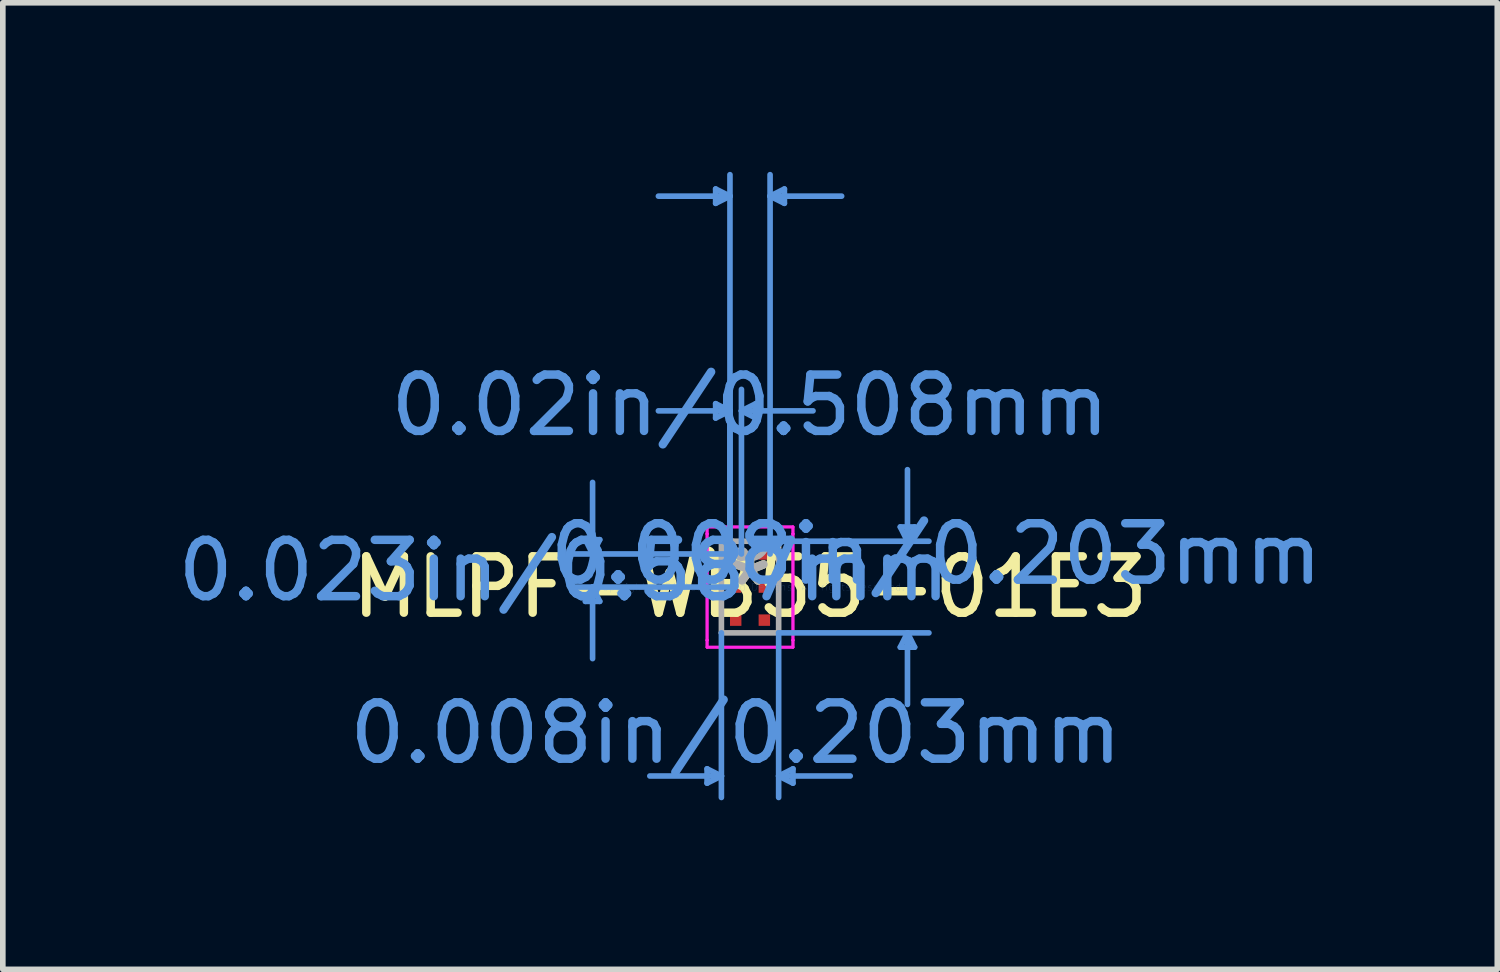
<source format=kicad_pcb>
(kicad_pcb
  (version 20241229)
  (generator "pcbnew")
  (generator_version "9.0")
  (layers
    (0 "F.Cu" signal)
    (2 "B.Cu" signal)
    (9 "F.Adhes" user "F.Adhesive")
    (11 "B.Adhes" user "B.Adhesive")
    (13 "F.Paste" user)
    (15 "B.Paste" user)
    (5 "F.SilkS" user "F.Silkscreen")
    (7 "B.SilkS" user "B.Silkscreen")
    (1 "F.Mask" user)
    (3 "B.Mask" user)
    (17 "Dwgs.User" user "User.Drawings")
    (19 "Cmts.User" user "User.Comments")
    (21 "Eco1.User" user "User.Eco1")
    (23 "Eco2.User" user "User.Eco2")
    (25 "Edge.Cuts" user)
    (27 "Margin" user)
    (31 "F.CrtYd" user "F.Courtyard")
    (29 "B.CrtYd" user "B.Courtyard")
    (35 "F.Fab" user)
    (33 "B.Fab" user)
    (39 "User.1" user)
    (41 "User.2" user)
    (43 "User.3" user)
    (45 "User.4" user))
  (footprint "MLPF-WB55-01E3"
    (layer "F.Cu")
    (at 10.26 7.368)
    (property "Reference" "MLPF-WB55-01E3" (at 0 0 0) (layer "F.SilkS") (effects (font (size 1 1) (thickness 0.15))))
    (attr through_hole)
    (fp_arc (start -0.68834 -0.543209) (mid -0.8269 -0.587) (end -0.68834 -0.630791) (stroke (width 0.12) (type solid)) (layer "F.SilkS"))
    (fp_line (start -2.921 -0.841) (end -2.667 -0.841) (stroke (width 0.1) (type solid)) (layer "Cmts.User"))
    (fp_line (start -2.921 0.254) (end -2.667 0.254) (stroke (width 0.1) (type solid)) (layer "Cmts.User"))
    (fp_line (start -2.794 -0.587) (end -2.921 -0.841) (stroke (width 0.1) (type solid)) (layer "Cmts.User"))
    (fp_line (start -2.794 -0.587) (end -2.794 -1.857) (stroke (width 0.1) (type solid)) (layer "Cmts.User"))
    (fp_line (start -2.794 -0.587) (end -2.667 -0.841) (stroke (width 0.1) (type solid)) (layer "Cmts.User"))
    (fp_line (start -2.794 0) (end -2.921 0.254) (stroke (width 0.1) (type solid)) (layer "Cmts.User"))
    (fp_line (start -2.794 0) (end -2.794 1.27) (stroke (width 0.1) (type solid)) (layer "Cmts.User"))
    (fp_line (start -2.794 0) (end -2.667 0.254) (stroke (width 0.1) (type solid)) (layer "Cmts.User"))
    (fp_line (start -0.762 3.226) (end -0.762 3.48) (stroke (width 0.1) (type solid)) (layer "Cmts.User"))
    (fp_line (start -0.61 -7.064) (end -0.61 -6.81) (stroke (width 0.1) (type solid)) (layer "Cmts.User"))
    (fp_line (start -0.61 -3.254) (end -0.61 -3) (stroke (width 0.1) (type solid)) (layer "Cmts.User"))
    (fp_line (start -0.508 0.813) (end -0.508 3.734) (stroke (width 0.1) (type solid)) (layer "Cmts.User"))
    (fp_line (start -0.508 3.353) (end -1.778 3.353) (stroke (width 0.1) (type solid)) (layer "Cmts.User"))
    (fp_line (start -0.508 3.353) (end -0.762 3.226) (stroke (width 0.1) (type solid)) (layer "Cmts.User"))
    (fp_line (start -0.508 3.353) (end -0.762 3.48) (stroke (width 0.1) (type solid)) (layer "Cmts.User"))
    (fp_line (start -0.356 -6.937) (end -1.626 -6.937) (stroke (width 0.1) (type solid)) (layer "Cmts.User"))
    (fp_line (start -0.356 -6.937) (end -0.61 -7.064) (stroke (width 0.1) (type solid)) (layer "Cmts.User"))
    (fp_line (start -0.356 -6.937) (end -0.61 -6.81) (stroke (width 0.1) (type solid)) (layer "Cmts.User"))
    (fp_line (start -0.356 -3.127) (end -1.626 -3.127) (stroke (width 0.1) (type solid)) (layer "Cmts.User"))
    (fp_line (start -0.356 -3.127) (end -0.61 -3.254) (stroke (width 0.1) (type solid)) (layer "Cmts.User"))
    (fp_line (start -0.356 -3.127) (end -0.61 -3) (stroke (width 0.1) (type solid)) (layer "Cmts.User"))
    (fp_line (start -0.356 -0.587) (end -0.356 -7.318) (stroke (width 0.1) (type solid)) (layer "Cmts.User"))
    (fp_line (start -0.356 -0.587) (end -0.356 -3.508) (stroke (width 0.1) (type solid)) (layer "Cmts.User"))
    (fp_line (start -0.254 -0.587) (end -3.175 -0.587) (stroke (width 0.1) (type solid)) (layer "Cmts.User"))
    (fp_line (start -0.254 0) (end -3.175 0) (stroke (width 0.1) (type solid)) (layer "Cmts.User"))
    (fp_line (start -0.152 -3.127) (end 0.102 -3.254) (stroke (width 0.1) (type solid)) (layer "Cmts.User"))
    (fp_line (start -0.152 -3.127) (end 0.102 -3) (stroke (width 0.1) (type solid)) (layer "Cmts.User"))
    (fp_line (start -0.152 -3.127) (end 1.118 -3.127) (stroke (width 0.1) (type solid)) (layer "Cmts.User"))
    (fp_line (start -0.152 -0.587) (end -0.152 -3.508) (stroke (width 0.1) (type solid)) (layer "Cmts.User"))
    (fp_line (start 0.102 -3.254) (end 0.102 -3) (stroke (width 0.1) (type solid)) (layer "Cmts.User"))
    (fp_line (start 0.356 -6.937) (end 0.61 -7.064) (stroke (width 0.1) (type solid)) (layer "Cmts.User"))
    (fp_line (start 0.356 -6.937) (end 0.61 -6.81) (stroke (width 0.1) (type solid)) (layer "Cmts.User"))
    (fp_line (start 0.356 -6.937) (end 1.626 -6.937) (stroke (width 0.1) (type solid)) (layer "Cmts.User"))
    (fp_line (start 0.356 -0.587) (end 0.356 -7.318) (stroke (width 0.1) (type solid)) (layer "Cmts.User"))
    (fp_line (start 0.508 -0.813) (end 3.175 -0.813) (stroke (width 0.1) (type solid)) (layer "Cmts.User"))
    (fp_line (start 0.508 0.813) (end 0.508 3.734) (stroke (width 0.1) (type solid)) (layer "Cmts.User"))
    (fp_line (start 0.508 0.813) (end 3.175 0.813) (stroke (width 0.1) (type solid)) (layer "Cmts.User"))
    (fp_line (start 0.508 3.353) (end 0.762 3.226) (stroke (width 0.1) (type solid)) (layer "Cmts.User"))
    (fp_line (start 0.508 3.353) (end 0.762 3.48) (stroke (width 0.1) (type solid)) (layer "Cmts.User"))
    (fp_line (start 0.508 3.353) (end 1.778 3.353) (stroke (width 0.1) (type solid)) (layer "Cmts.User"))
    (fp_line (start 0.61 -7.064) (end 0.61 -6.81) (stroke (width 0.1) (type solid)) (layer "Cmts.User"))
    (fp_line (start 0.762 3.226) (end 0.762 3.48) (stroke (width 0.1) (type solid)) (layer "Cmts.User"))
    (fp_line (start 2.667 -1.067) (end 2.921 -1.067) (stroke (width 0.1) (type solid)) (layer "Cmts.User"))
    (fp_line (start 2.667 1.067) (end 2.921 1.067) (stroke (width 0.1) (type solid)) (layer "Cmts.User"))
    (fp_line (start 2.794 -0.813) (end 2.667 -1.067) (stroke (width 0.1) (type solid)) (layer "Cmts.User"))
    (fp_line (start 2.794 -0.813) (end 2.794 -2.083) (stroke (width 0.1) (type solid)) (layer "Cmts.User"))
    (fp_line (start 2.794 -0.813) (end 2.921 -1.067) (stroke (width 0.1) (type solid)) (layer "Cmts.User"))
    (fp_line (start 2.794 0.813) (end 2.667 1.067) (stroke (width 0.1) (type solid)) (layer "Cmts.User"))
    (fp_line (start 2.794 0.813) (end 2.794 2.083) (stroke (width 0.1) (type solid)) (layer "Cmts.User"))
    (fp_line (start 2.794 0.813) (end 2.921 1.067) (stroke (width 0.1) (type solid)) (layer "Cmts.User"))
    (fp_line (start -0.762 -1.067) (end 0.762 -1.067) (stroke (width 0.05) (type solid)) (layer "F.CrtYd"))
    (fp_line (start -0.762 -1.067) (end 0.762 -1.067) (stroke (width 0.05) (type solid)) (layer "F.CrtYd"))
    (fp_line (start -0.762 -0.943) (end -0.762 -1.067) (stroke (width 0.05) (type solid)) (layer "F.CrtYd"))
    (fp_line (start -0.762 -0.943) (end -0.762 -1.067) (stroke (width 0.05) (type solid)) (layer "F.CrtYd"))
    (fp_line (start -0.762 -0.943) (end -0.762 -0.943) (stroke (width 0.05) (type solid)) (layer "F.CrtYd"))
    (fp_line (start -0.762 -0.943) (end -0.762 -0.943) (stroke (width 0.05) (type solid)) (layer "F.CrtYd"))
    (fp_line (start -0.762 0.943) (end -0.762 -0.943) (stroke (width 0.05) (type solid)) (layer "F.CrtYd"))
    (fp_line (start -0.762 0.943) (end -0.762 -0.943) (stroke (width 0.05) (type solid)) (layer "F.CrtYd"))
    (fp_line (start -0.762 0.943) (end -0.762 0.943) (stroke (width 0.05) (type solid)) (layer "F.CrtYd"))
    (fp_line (start -0.762 0.943) (end -0.762 0.943) (stroke (width 0.05) (type solid)) (layer "F.CrtYd"))
    (fp_line (start -0.762 1.067) (end -0.762 0.943) (stroke (width 0.05) (type solid)) (layer "F.CrtYd"))
    (fp_line (start -0.762 1.067) (end -0.762 0.943) (stroke (width 0.05) (type solid)) (layer "F.CrtYd"))
    (fp_line (start 0.762 -1.067) (end 0.762 -0.943) (stroke (width 0.05) (type solid)) (layer "F.CrtYd"))
    (fp_line (start 0.762 -1.067) (end 0.762 -0.943) (stroke (width 0.05) (type solid)) (layer "F.CrtYd"))
    (fp_line (start 0.762 -0.943) (end 0.762 -0.943) (stroke (width 0.05) (type solid)) (layer "F.CrtYd"))
    (fp_line (start 0.762 -0.943) (end 0.762 -0.943) (stroke (width 0.05) (type solid)) (layer "F.CrtYd"))
    (fp_line (start 0.762 -0.943) (end 0.762 0.943) (stroke (width 0.05) (type solid)) (layer "F.CrtYd"))
    (fp_line (start 0.762 -0.943) (end 0.762 0.943) (stroke (width 0.05) (type solid)) (layer "F.CrtYd"))
    (fp_line (start 0.762 0.943) (end 0.762 0.943) (stroke (width 0.05) (type solid)) (layer "F.CrtYd"))
    (fp_line (start 0.762 0.943) (end 0.762 0.943) (stroke (width 0.05) (type solid)) (layer "F.CrtYd"))
    (fp_line (start 0.762 0.943) (end 0.762 1.067) (stroke (width 0.05) (type solid)) (layer "F.CrtYd"))
    (fp_line (start 0.762 0.943) (end 0.762 1.067) (stroke (width 0.05) (type solid)) (layer "F.CrtYd"))
    (fp_line (start 0.762 1.067) (end -0.762 1.067) (stroke (width 0.05) (type solid)) (layer "F.CrtYd"))
    (fp_line (start 0.762 1.067) (end -0.762 1.067) (stroke (width 0.05) (type solid)) (layer "F.CrtYd"))
    (fp_line (start -0.508 -0.813) (end -0.508 0.813) (stroke (width 0.1) (type solid)) (layer "F.Fab"))
    (fp_line (start -0.508 0.813) (end 0.508 0.813) (stroke (width 0.1) (type solid)) (layer "F.Fab"))
    (fp_line (start 0.508 -0.813) (end -0.508 -0.813) (stroke (width 0.1) (type solid)) (layer "F.Fab"))
    (fp_line (start 0.508 0.813) (end 0.508 -0.813) (stroke (width 0.1) (type solid)) (layer "F.Fab"))
    (fp_arc (start 0.3048 -0.8128) (mid 0 -0.508) (end -0.3048 -0.8128) (stroke (width 0.1) (type solid)) (layer "F.Fab"))
    (fp_circle (center -0.152 -0.587) (end -0.076 -0.587) (stroke (width 0.1) (type solid)) (fill no) (layer "F.Fab"))
    (fp_text user "*" (at 0 0 0) (layer "F.SilkS") (effects (font (size 1 1) (thickness 0.15))))
    (fp_text user "0.008in/0.203mm" (at 3.302 -0.587 0) (layer "Cmts.User") (effects (font (size 1 1) (thickness 0.15))))
    (fp_text user "0.008in/0.203mm" (at -0.254 2.591 0) (layer "Cmts.User") (effects (font (size 1 1) (thickness 0.15))))
    (fp_text user "0.02in/0.508mm" (at 0 -3.226 0) (layer "Cmts.User") (effects (font (size 1 1) (thickness 0.15))))
    (fp_text user "0.023in/0.587mm" (at -3.302 -0.293 0) (layer "Cmts.User") (effects (font (size 1 1) (thickness 0.15))))
    (fp_text user "Copyright 2021 Accelerated Designs. All rights reserved." (at 0 0 0) (layer "Cmts.User") (effects (font (size 0.127 0.127) (thickness 0.002))))
    (fp_text user "*" (at 0 0 0) (layer "F.Fab") (effects (font (size 1 1) (thickness 0.15))))
    (pad "1" smd rect (at -0.254 -0.587) (size 0.203 0.203) (layers "F.Cu" "F.Mask" "F.Paste"))
    (pad "2" smd rect (at -0.254 0) (size 0.203 0.203) (layers "F.Cu" "F.Mask" "F.Paste"))
    (pad "3" smd rect (at -0.254 0.587) (size 0.203 0.203) (layers "F.Cu" "F.Mask" "F.Paste"))
    (pad "4" smd rect (at 0.254 0.587) (size 0.203 0.203) (layers "F.Cu" "F.Mask" "F.Paste"))
    (pad "5" smd rect (at 0.254 0) (size 0.203 0.203) (layers "F.Cu" "F.Mask" "F.Paste"))
    (pad "6" smd rect (at 0.254 -0.587) (size 0.203 0.203) (layers "F.Cu" "F.Mask" "F.Paste")))
  (gr_rect
    (start -3 -3)
    (end 23.521 14.152)
    (stroke (width 0.1) (type default))
    (fill no)
    (layer "Edge.Cuts")))
</source>
